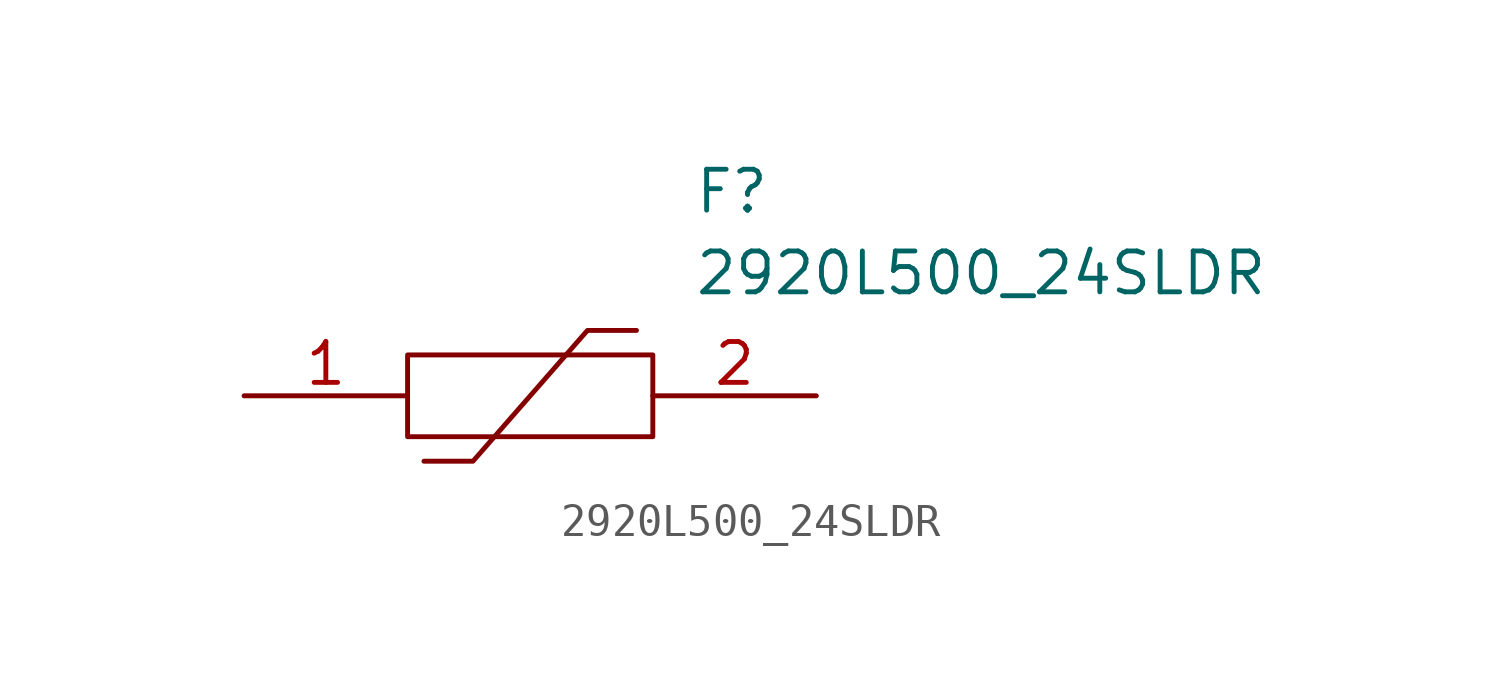
<source format=kicad_sym>
(kicad_symbol_lib
  (version 20220914)
  (generator kicad_symbol_editor)
  (symbol "2920L500_24SLDR"
    (pin_names
      (offset 0.762))
    (property "Reference" "F"
      (at 13.97 6.35 0)
      (effects (font (size 1.27 1.27)) (justify left)))
    (property "Value" "2920L500_24SLDR"
      (at 13.97 3.81 0)
      (effects (font (size 1.27 1.27)) (justify left)))
    (symbol "2920L500_24SLDR_0_0"
      (pin passive line (at 0 0 0) (length 5.08) (name "~" (effects (font (size 1.27 1.27)))) (number "1" (effects (font (size 1.27 1.27)))))
      (pin passive line (at 17.78 0 180) (length 5.08) (name "~" (effects (font (size 1.27 1.27)))) (number "2" (effects (font (size 1.27 1.27))))))
    (symbol "2920L500_24SLDR_0_1"
      (polyline (pts (xy 5.588 -2.032) (xy 7.112 -2.032) (xy 10.668 2.032) (xy 12.192 2.032)) (stroke (width 0.152) (type solid)) (fill (type none)))
      (polyline (pts (xy 5.08 1.27) (xy 12.7 1.27) (xy 12.7 -1.27) (xy 5.08 -1.27) (xy 5.08 1.27)) (stroke (width 0.152) (type solid)) (fill (type none))))))
</source>
